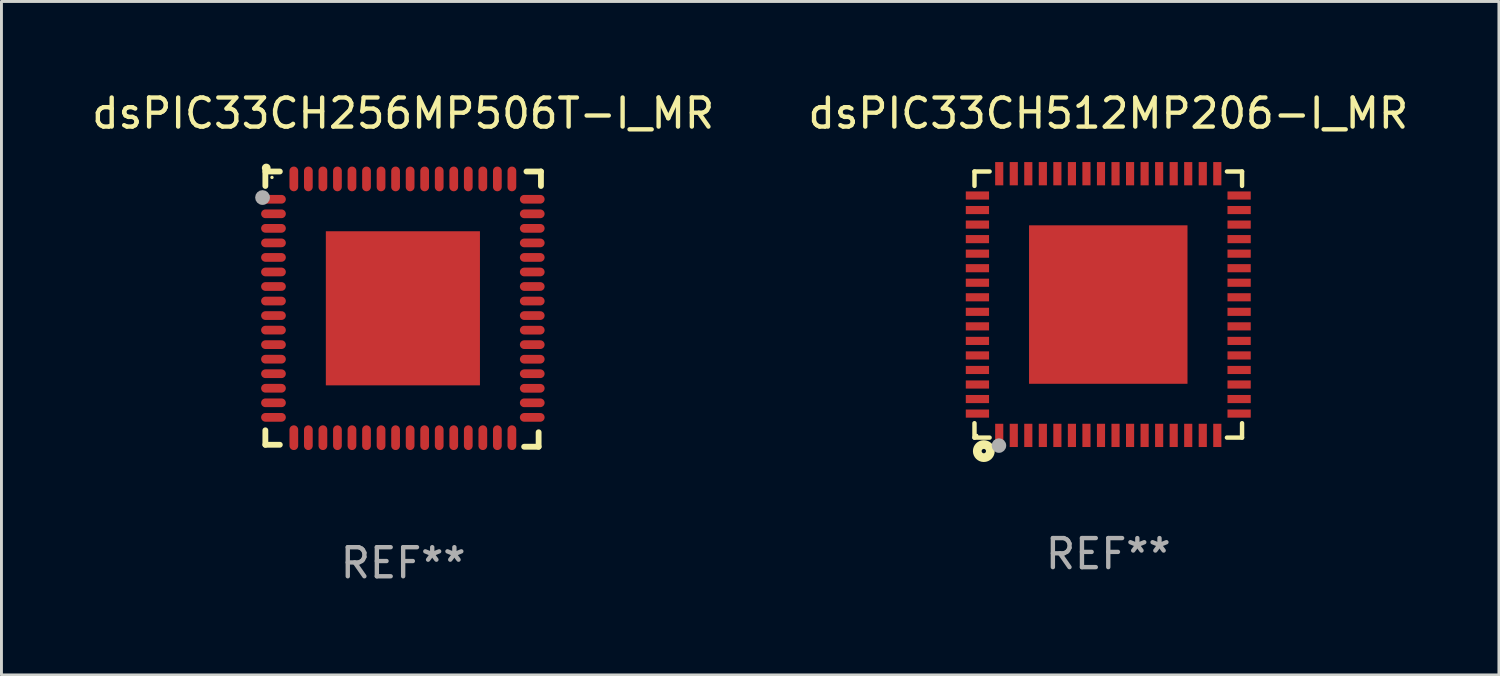
<source format=kicad_pcb>
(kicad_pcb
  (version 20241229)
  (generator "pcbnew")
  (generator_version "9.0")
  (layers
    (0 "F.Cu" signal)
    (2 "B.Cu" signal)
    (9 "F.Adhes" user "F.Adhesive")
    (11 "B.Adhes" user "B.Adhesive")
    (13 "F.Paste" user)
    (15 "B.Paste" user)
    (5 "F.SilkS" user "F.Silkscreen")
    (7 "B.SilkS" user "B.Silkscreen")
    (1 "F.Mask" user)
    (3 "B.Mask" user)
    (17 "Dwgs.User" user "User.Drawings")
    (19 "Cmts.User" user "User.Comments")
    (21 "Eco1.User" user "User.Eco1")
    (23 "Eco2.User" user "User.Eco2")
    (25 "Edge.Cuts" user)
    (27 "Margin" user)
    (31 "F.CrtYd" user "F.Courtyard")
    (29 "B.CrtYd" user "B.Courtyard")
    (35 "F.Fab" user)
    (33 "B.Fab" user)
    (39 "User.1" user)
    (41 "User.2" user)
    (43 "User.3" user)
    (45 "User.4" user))
  (footprint "dsPIC33CH256MP506T-I_MR"
    (layer "F.Cu")
    (at 10.815 7.581)
    (property "Reference" "dsPIC33CH256MP506T-I_MR" (at 0 -6.733 0) (layer "F.SilkS") (effects (font (size 1 1) (thickness 0.15))))
    (attr through_hole)
    (fp_line (start -4.739 -4.733) (end -4.241 -4.733) (stroke (width 0.2) (type solid)) (layer "F.SilkS"))
    (fp_line (start -4.739 -4.235) (end -4.739 -4.733) (stroke (width 0.2) (type solid)) (layer "F.SilkS"))
    (fp_line (start -4.739 4.168) (end -4.739 4.665) (stroke (width 0.2) (type solid)) (layer "F.SilkS"))
    (fp_line (start -4.739 4.665) (end -4.241 4.665) (stroke (width 0.2) (type solid)) (layer "F.SilkS"))
    (fp_line (start 4.161 4.733) (end 4.659 4.733) (stroke (width 0.2) (type solid)) (layer "F.SilkS"))
    (fp_line (start 4.241 -4.733) (end 4.739 -4.733) (stroke (width 0.2) (type solid)) (layer "F.SilkS"))
    (fp_line (start 4.659 4.733) (end 4.659 4.235) (stroke (width 0.2) (type solid)) (layer "F.SilkS"))
    (fp_line (start 4.739 -4.733) (end 4.739 -4.235) (stroke (width 0.2) (type solid)) (layer "F.SilkS"))
    (fp_arc (start -4.708623 -4.85108) (mid -4.708628 -4.85235) (end -4.708623 -4.85362) (stroke (width 0.3) (type solid)) (layer "F.SilkS"))
    (fp_circle (center -4.511 -4.529) (end -4.481 -4.529) (stroke (width 0.06) (type solid)) (fill no) (layer "F.SilkS"))
    (fp_circle (center -4.836 -3.838) (end -4.709 -3.838) (stroke (width 0.254) (type solid)) (fill no) (layer "F.Fab"))
    (fp_text user "REF**" (at 0 8.733 0) (layer "F.Fab") (effects (font (size 1 1) (thickness 0.15))))
    (pad "1" smd oval (at -4.46 -3.778) (size 0.85 0.3) (layers "F.Cu" "F.Mask" "F.Paste"))
    (pad "2" smd oval (at -4.46 -3.278) (size 0.85 0.3) (layers "F.Cu" "F.Mask" "F.Paste"))
    (pad "3" smd oval (at -4.46 -2.778) (size 0.85 0.3) (layers "F.Cu" "F.Mask" "F.Paste"))
    (pad "4" smd oval (at -4.46 -2.278) (size 0.85 0.3) (layers "F.Cu" "F.Mask" "F.Paste"))
    (pad "5" smd oval (at -4.46 -1.778) (size 0.85 0.3) (layers "F.Cu" "F.Mask" "F.Paste"))
    (pad "6" smd oval (at -4.46 -1.278) (size 0.85 0.3) (layers "F.Cu" "F.Mask" "F.Paste"))
    (pad "7" smd oval (at -4.46 -0.778) (size 0.85 0.3) (layers "F.Cu" "F.Mask" "F.Paste"))
    (pad "8" smd oval (at -4.46 -0.278) (size 0.85 0.3) (layers "F.Cu" "F.Mask" "F.Paste"))
    (pad "9" smd oval (at -4.46 0.222) (size 0.85 0.3) (layers "F.Cu" "F.Mask" "F.Paste"))
    (pad "10" smd oval (at -4.46 0.722) (size 0.85 0.3) (layers "F.Cu" "F.Mask" "F.Paste"))
    (pad "11" smd oval (at -4.46 1.222) (size 0.85 0.3) (layers "F.Cu" "F.Mask" "F.Paste"))
    (pad "12" smd oval (at -4.46 1.722) (size 0.85 0.3) (layers "F.Cu" "F.Mask" "F.Paste"))
    (pad "13" smd oval (at -4.46 2.222) (size 0.85 0.3) (layers "F.Cu" "F.Mask" "F.Paste"))
    (pad "14" smd oval (at -4.46 2.722) (size 0.85 0.3) (layers "F.Cu" "F.Mask" "F.Paste"))
    (pad "15" smd oval (at -4.46 3.222) (size 0.85 0.3) (layers "F.Cu" "F.Mask" "F.Paste"))
    (pad "16" smd oval (at -4.46 3.722) (size 0.85 0.3) (layers "F.Cu" "F.Mask" "F.Paste"))
    (pad "17" smd oval (at -3.76 4.422) (size 0.3 0.85) (layers "F.Cu" "F.Mask" "F.Paste"))
    (pad "18" smd oval (at -3.26 4.422) (size 0.3 0.85) (layers "F.Cu" "F.Mask" "F.Paste"))
    (pad "19" smd oval (at -2.76 4.422) (size 0.3 0.85) (layers "F.Cu" "F.Mask" "F.Paste"))
    (pad "20" smd oval (at -2.26 4.422) (size 0.3 0.85) (layers "F.Cu" "F.Mask" "F.Paste"))
    (pad "21" smd oval (at -1.76 4.422) (size 0.3 0.85) (layers "F.Cu" "F.Mask" "F.Paste"))
    (pad "22" smd oval (at -1.26 4.422) (size 0.3 0.85) (layers "F.Cu" "F.Mask" "F.Paste"))
    (pad "23" smd oval (at -0.76 4.422) (size 0.3 0.85) (layers "F.Cu" "F.Mask" "F.Paste"))
    (pad "24" smd oval (at -0.26 4.422) (size 0.3 0.85) (layers "F.Cu" "F.Mask" "F.Paste"))
    (pad "25" smd oval (at 0.24 4.422) (size 0.3 0.85) (layers "F.Cu" "F.Mask" "F.Paste"))
    (pad "26" smd oval (at 0.74 4.422) (size 0.3 0.85) (layers "F.Cu" "F.Mask" "F.Paste"))
    (pad "27" smd oval (at 1.24 4.422) (size 0.3 0.85) (layers "F.Cu" "F.Mask" "F.Paste"))
    (pad "28" smd oval (at 1.74 4.422) (size 0.3 0.85) (layers "F.Cu" "F.Mask" "F.Paste"))
    (pad "29" smd oval (at 2.24 4.422) (size 0.3 0.85) (layers "F.Cu" "F.Mask" "F.Paste"))
    (pad "30" smd oval (at 2.74 4.422) (size 0.3 0.85) (layers "F.Cu" "F.Mask" "F.Paste"))
    (pad "31" smd oval (at 3.24 4.422) (size 0.3 0.85) (layers "F.Cu" "F.Mask" "F.Paste"))
    (pad "32" smd oval (at 3.74 4.422) (size 0.3 0.85) (layers "F.Cu" "F.Mask" "F.Paste"))
    (pad "33" smd oval (at 4.44 3.723) (size 0.85 0.3) (layers "F.Cu" "F.Mask" "F.Paste"))
    (pad "34" smd oval (at 4.44 3.222) (size 0.85 0.3) (layers "F.Cu" "F.Mask" "F.Paste"))
    (pad "35" smd oval (at 4.44 2.723) (size 0.85 0.3) (layers "F.Cu" "F.Mask" "F.Paste"))
    (pad "36" smd oval (at 4.44 2.222) (size 0.85 0.3) (layers "F.Cu" "F.Mask" "F.Paste"))
    (pad "37" smd oval (at 4.44 1.723) (size 0.85 0.3) (layers "F.Cu" "F.Mask" "F.Paste"))
    (pad "38" smd oval (at 4.44 1.222) (size 0.85 0.3) (layers "F.Cu" "F.Mask" "F.Paste"))
    (pad "39" smd oval (at 4.44 0.723) (size 0.85 0.3) (layers "F.Cu" "F.Mask" "F.Paste"))
    (pad "40" smd oval (at 4.44 0.222) (size 0.85 0.3) (layers "F.Cu" "F.Mask" "F.Paste"))
    (pad "41" smd oval (at 4.44 -0.277) (size 0.85 0.3) (layers "F.Cu" "F.Mask" "F.Paste"))
    (pad "42" smd oval (at 4.44 -0.778) (size 0.85 0.3) (layers "F.Cu" "F.Mask" "F.Paste"))
    (pad "43" smd oval (at 4.44 -1.277) (size 0.85 0.3) (layers "F.Cu" "F.Mask" "F.Paste"))
    (pad "44" smd oval (at 4.44 -1.778) (size 0.85 0.3) (layers "F.Cu" "F.Mask" "F.Paste"))
    (pad "45" smd oval (at 4.44 -2.277) (size 0.85 0.3) (layers "F.Cu" "F.Mask" "F.Paste"))
    (pad "46" smd oval (at 4.44 -2.778) (size 0.85 0.3) (layers "F.Cu" "F.Mask" "F.Paste"))
    (pad "47" smd oval (at 4.44 -3.277) (size 0.85 0.3) (layers "F.Cu" "F.Mask" "F.Paste"))
    (pad "48" smd oval (at 4.44 -3.778) (size 0.85 0.3) (layers "F.Cu" "F.Mask" "F.Paste"))
    (pad "49" smd oval (at 3.74 -4.478) (size 0.3 0.85) (layers "F.Cu" "F.Mask" "F.Paste"))
    (pad "50" smd oval (at 3.24 -4.478) (size 0.3 0.85) (layers "F.Cu" "F.Mask" "F.Paste"))
    (pad "51" smd oval (at 2.74 -4.478) (size 0.3 0.85) (layers "F.Cu" "F.Mask" "F.Paste"))
    (pad "52" smd oval (at 2.24 -4.478) (size 0.3 0.85) (layers "F.Cu" "F.Mask" "F.Paste"))
    (pad "53" smd oval (at 1.74 -4.478) (size 0.3 0.85) (layers "F.Cu" "F.Mask" "F.Paste"))
    (pad "54" smd oval (at 1.24 -4.478) (size 0.3 0.85) (layers "F.Cu" "F.Mask" "F.Paste"))
    (pad "55" smd oval (at 0.74 -4.478) (size 0.3 0.85) (layers "F.Cu" "F.Mask" "F.Paste"))
    (pad "56" smd oval (at 0.24 -4.478) (size 0.3 0.85) (layers "F.Cu" "F.Mask" "F.Paste"))
    (pad "57" smd oval (at -0.26 -4.478) (size 0.3 0.85) (layers "F.Cu" "F.Mask" "F.Paste"))
    (pad "58" smd oval (at -0.76 -4.478) (size 0.3 0.85) (layers "F.Cu" "F.Mask" "F.Paste"))
    (pad "59" smd oval (at -1.26 -4.478) (size 0.3 0.85) (layers "F.Cu" "F.Mask" "F.Paste"))
    (pad "60" smd oval (at -1.76 -4.478) (size 0.3 0.85) (layers "F.Cu" "F.Mask" "F.Paste"))
    (pad "61" smd oval (at -2.26 -4.478) (size 0.3 0.85) (layers "F.Cu" "F.Mask" "F.Paste"))
    (pad "62" smd oval (at -2.76 -4.478) (size 0.3 0.85) (layers "F.Cu" "F.Mask" "F.Paste"))
    (pad "63" smd oval (at -3.26 -4.478) (size 0.3 0.85) (layers "F.Cu" "F.Mask" "F.Paste"))
    (pad "64" smd oval (at -3.76 -4.478) (size 0.3 0.85) (layers "F.Cu" "F.Mask" "F.Paste"))
    (pad "65" smd rect (at -0.009 -0.028 90) (size 5.3 5.3) (layers "F.Cu" "F.Mask" "F.Paste")))
  (footprint "dsPIC33CH512MP206-I_MR"
    (layer "F.Cu")
    (at 35.065 7.424)
    (property "Reference" "dsPIC33CH512MP206-I_MR" (at 0 -6.576 0) (layer "F.SilkS") (effects (font (size 1 1) (thickness 0.15))))
    (attr through_hole)
    (fp_line (start -4.601 -4.576) (end -4.081 -4.576) (stroke (width 0.152) (type solid)) (layer "F.SilkS"))
    (fp_line (start -4.601 -4.081) (end -4.601 -4.576) (stroke (width 0.152) (type solid)) (layer "F.SilkS"))
    (fp_line (start -4.601 4.081) (end -4.601 4.576) (stroke (width 0.152) (type solid)) (layer "F.SilkS"))
    (fp_line (start -4.601 4.576) (end -4.081 4.576) (stroke (width 0.152) (type solid)) (layer "F.SilkS"))
    (fp_line (start 4.601 -4.576) (end 4.081 -4.576) (stroke (width 0.152) (type solid)) (layer "F.SilkS"))
    (fp_line (start 4.601 -4.081) (end 4.601 -4.576) (stroke (width 0.152) (type solid)) (layer "F.SilkS"))
    (fp_line (start 4.601 4.081) (end 4.601 4.576) (stroke (width 0.152) (type solid)) (layer "F.SilkS"))
    (fp_line (start 4.601 4.576) (end 4.081 4.576) (stroke (width 0.152) (type solid)) (layer "F.SilkS"))
    (fp_circle (center -4.525 4.5) (end -4.495 4.5) (stroke (width 0.06) (type solid)) (fill no) (layer "F.SilkS"))
    (fp_circle (center -4.28 5.04) (end -4.205 5.04) (stroke (width 0.3) (type solid)) (fill no) (layer "F.SilkS"))
    (fp_circle (center -3.76 4.85) (end -3.635 4.85) (stroke (width 0.25) (type solid)) (fill no) (layer "F.Fab"))
    (fp_text user "REF**" (at 0 8.576 0) (layer "F.Fab") (effects (font (size 1 1) (thickness 0.15))))
    (pad "1" smd rect (at -3.75 4.5) (size 0.28 0.8) (layers "F.Cu" "F.Mask" "F.Paste"))
    (pad "2" smd rect (at -3.25 4.5) (size 0.28 0.8) (layers "F.Cu" "F.Mask" "F.Paste"))
    (pad "3" smd rect (at -2.75 4.5) (size 0.28 0.8) (layers "F.Cu" "F.Mask" "F.Paste"))
    (pad "4" smd rect (at -2.25 4.5) (size 0.28 0.8) (layers "F.Cu" "F.Mask" "F.Paste"))
    (pad "5" smd rect (at -1.75 4.5) (size 0.28 0.8) (layers "F.Cu" "F.Mask" "F.Paste"))
    (pad "6" smd rect (at -1.25 4.5) (size 0.28 0.8) (layers "F.Cu" "F.Mask" "F.Paste"))
    (pad "7" smd rect (at -0.75 4.5) (size 0.28 0.8) (layers "F.Cu" "F.Mask" "F.Paste"))
    (pad "8" smd rect (at -0.25 4.5) (size 0.28 0.8) (layers "F.Cu" "F.Mask" "F.Paste"))
    (pad "9" smd rect (at 0.25 4.5) (size 0.28 0.8) (layers "F.Cu" "F.Mask" "F.Paste"))
    (pad "10" smd rect (at 0.75 4.5) (size 0.28 0.8) (layers "F.Cu" "F.Mask" "F.Paste"))
    (pad "11" smd rect (at 1.25 4.5) (size 0.28 0.8) (layers "F.Cu" "F.Mask" "F.Paste"))
    (pad "12" smd rect (at 1.75 4.5) (size 0.28 0.8) (layers "F.Cu" "F.Mask" "F.Paste"))
    (pad "13" smd rect (at 2.25 4.5) (size 0.28 0.8) (layers "F.Cu" "F.Mask" "F.Paste"))
    (pad "14" smd rect (at 2.75 4.5) (size 0.28 0.8) (layers "F.Cu" "F.Mask" "F.Paste"))
    (pad "15" smd rect (at 3.25 4.5) (size 0.28 0.8) (layers "F.Cu" "F.Mask" "F.Paste"))
    (pad "16" smd rect (at 3.75 4.5) (size 0.28 0.8) (layers "F.Cu" "F.Mask" "F.Paste"))
    (pad "17" smd rect (at 4.5 3.75) (size 0.8 0.28) (layers "F.Cu" "F.Mask" "F.Paste"))
    (pad "18" smd rect (at 4.5 3.25) (size 0.8 0.28) (layers "F.Cu" "F.Mask" "F.Paste"))
    (pad "19" smd rect (at 4.5 2.75) (size 0.8 0.28) (layers "F.Cu" "F.Mask" "F.Paste"))
    (pad "20" smd rect (at 4.5 2.25) (size 0.8 0.28) (layers "F.Cu" "F.Mask" "F.Paste"))
    (pad "21" smd rect (at 4.5 1.75) (size 0.8 0.28) (layers "F.Cu" "F.Mask" "F.Paste"))
    (pad "22" smd rect (at 4.5 1.25) (size 0.8 0.28) (layers "F.Cu" "F.Mask" "F.Paste"))
    (pad "23" smd rect (at 4.5 0.75) (size 0.8 0.28) (layers "F.Cu" "F.Mask" "F.Paste"))
    (pad "24" smd rect (at 4.5 0.25) (size 0.8 0.28) (layers "F.Cu" "F.Mask" "F.Paste"))
    (pad "25" smd rect (at 4.5 -0.25) (size 0.8 0.28) (layers "F.Cu" "F.Mask" "F.Paste"))
    (pad "26" smd rect (at 4.5 -0.75) (size 0.8 0.28) (layers "F.Cu" "F.Mask" "F.Paste"))
    (pad "27" smd rect (at 4.5 -1.25) (size 0.8 0.28) (layers "F.Cu" "F.Mask" "F.Paste"))
    (pad "28" smd rect (at 4.5 -1.75) (size 0.8 0.28) (layers "F.Cu" "F.Mask" "F.Paste"))
    (pad "29" smd rect (at 4.5 -2.25) (size 0.8 0.28) (layers "F.Cu" "F.Mask" "F.Paste"))
    (pad "30" smd rect (at 4.5 -2.75) (size 0.8 0.28) (layers "F.Cu" "F.Mask" "F.Paste"))
    (pad "31" smd rect (at 4.5 -3.25) (size 0.8 0.28) (layers "F.Cu" "F.Mask" "F.Paste"))
    (pad "32" smd rect (at 4.5 -3.75) (size 0.8 0.28) (layers "F.Cu" "F.Mask" "F.Paste"))
    (pad "33" smd rect (at 3.75 -4.5) (size 0.28 0.8) (layers "F.Cu" "F.Mask" "F.Paste"))
    (pad "34" smd rect (at 3.25 -4.5) (size 0.28 0.8) (layers "F.Cu" "F.Mask" "F.Paste"))
    (pad "35" smd rect (at 2.75 -4.5) (size 0.28 0.8) (layers "F.Cu" "F.Mask" "F.Paste"))
    (pad "36" smd rect (at 2.25 -4.5) (size 0.28 0.8) (layers "F.Cu" "F.Mask" "F.Paste"))
    (pad "37" smd rect (at 1.75 -4.5) (size 0.28 0.8) (layers "F.Cu" "F.Mask" "F.Paste"))
    (pad "38" smd rect (at 1.25 -4.5) (size 0.28 0.8) (layers "F.Cu" "F.Mask" "F.Paste"))
    (pad "39" smd rect (at 0.75 -4.5) (size 0.28 0.8) (layers "F.Cu" "F.Mask" "F.Paste"))
    (pad "40" smd rect (at 0.25 -4.5) (size 0.28 0.8) (layers "F.Cu" "F.Mask" "F.Paste"))
    (pad "41" smd rect (at -0.25 -4.5) (size 0.28 0.8) (layers "F.Cu" "F.Mask" "F.Paste"))
    (pad "42" smd rect (at -0.75 -4.5) (size 0.28 0.8) (layers "F.Cu" "F.Mask" "F.Paste"))
    (pad "43" smd rect (at -1.25 -4.5) (size 0.28 0.8) (layers "F.Cu" "F.Mask" "F.Paste"))
    (pad "44" smd rect (at -1.75 -4.5) (size 0.28 0.8) (layers "F.Cu" "F.Mask" "F.Paste"))
    (pad "45" smd rect (at -2.25 -4.5) (size 0.28 0.8) (layers "F.Cu" "F.Mask" "F.Paste"))
    (pad "46" smd rect (at -2.75 -4.5) (size 0.28 0.8) (layers "F.Cu" "F.Mask" "F.Paste"))
    (pad "47" smd rect (at -3.25 -4.5) (size 0.28 0.8) (layers "F.Cu" "F.Mask" "F.Paste"))
    (pad "48" smd rect (at -3.75 -4.5) (size 0.28 0.8) (layers "F.Cu" "F.Mask" "F.Paste"))
    (pad "49" smd rect (at -4.5 -3.75) (size 0.8 0.28) (layers "F.Cu" "F.Mask" "F.Paste"))
    (pad "50" smd rect (at -4.5 -3.25) (size 0.8 0.28) (layers "F.Cu" "F.Mask" "F.Paste"))
    (pad "51" smd rect (at -4.5 -2.75) (size 0.8 0.28) (layers "F.Cu" "F.Mask" "F.Paste"))
    (pad "52" smd rect (at -4.5 -2.25) (size 0.8 0.28) (layers "F.Cu" "F.Mask" "F.Paste"))
    (pad "53" smd rect (at -4.5 -1.75) (size 0.8 0.28) (layers "F.Cu" "F.Mask" "F.Paste"))
    (pad "54" smd rect (at -4.5 -1.25) (size 0.8 0.28) (layers "F.Cu" "F.Mask" "F.Paste"))
    (pad "55" smd rect (at -4.5 -0.75) (size 0.8 0.28) (layers "F.Cu" "F.Mask" "F.Paste"))
    (pad "56" smd rect (at -4.5 -0.25) (size 0.8 0.28) (layers "F.Cu" "F.Mask" "F.Paste"))
    (pad "57" smd rect (at -4.5 0.25) (size 0.8 0.28) (layers "F.Cu" "F.Mask" "F.Paste"))
    (pad "58" smd rect (at -4.5 0.75) (size 0.8 0.28) (layers "F.Cu" "F.Mask" "F.Paste"))
    (pad "59" smd rect (at -4.5 1.25) (size 0.8 0.28) (layers "F.Cu" "F.Mask" "F.Paste"))
    (pad "60" smd rect (at -4.5 1.75) (size 0.8 0.28) (layers "F.Cu" "F.Mask" "F.Paste"))
    (pad "61" smd rect (at -4.5 2.25) (size 0.8 0.28) (layers "F.Cu" "F.Mask" "F.Paste"))
    (pad "62" smd rect (at -4.5 2.75) (size 0.8 0.28) (layers "F.Cu" "F.Mask" "F.Paste"))
    (pad "63" smd rect (at -4.5 3.25) (size 0.8 0.28) (layers "F.Cu" "F.Mask" "F.Paste"))
    (pad "64" smd rect (at -4.5 3.75) (size 0.8 0.28) (layers "F.Cu" "F.Mask" "F.Paste"))
    (pad "65" smd rect (at 0 0) (size 5.45 5.45) (layers "F.Cu" "F.Mask" "F.Paste")))
  (gr_rect
    (start -3 -3)
    (end 48.5 20.162)
    (stroke (width 0.1) (type default))
    (fill no)
    (layer "Edge.Cuts")))
</source>
